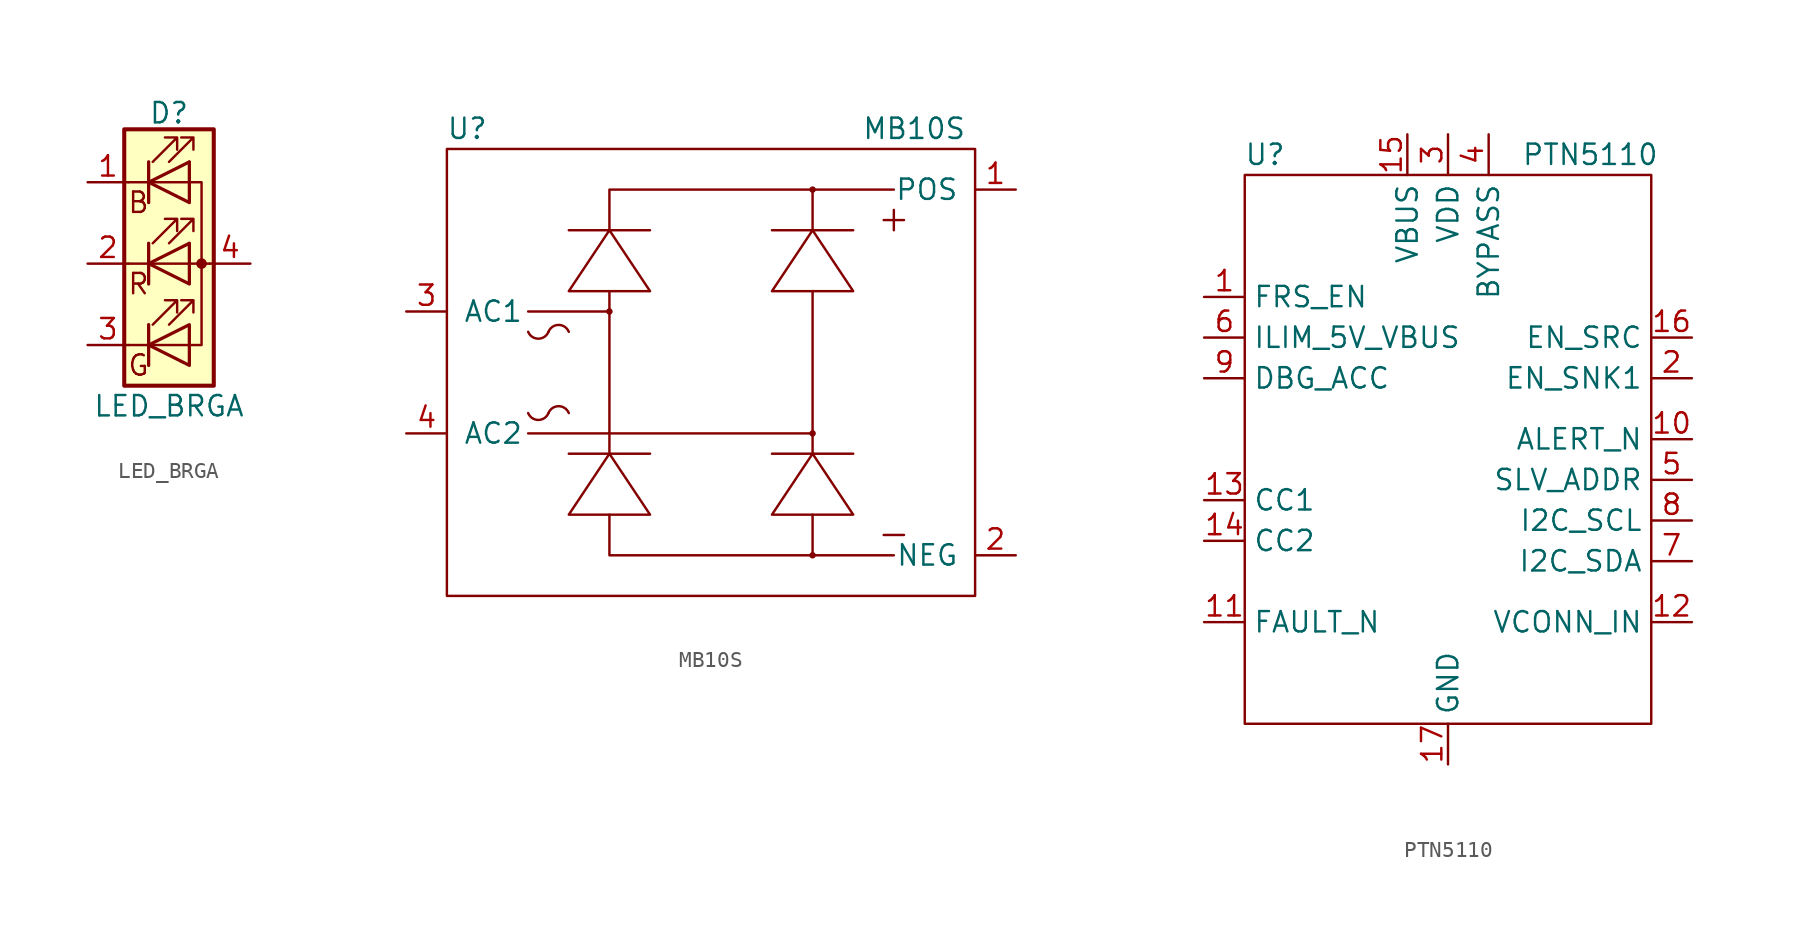
<source format=kicad_sym>
(kicad_symbol_lib
  (version 20211014)
  (generator kicad_symbol_editor)
  (symbol "LED_BRGA"
    (pin_names
      (offset 0) hide)
    (property "Reference" "D"
      (at 0 9.398 0)
      (effects (font (size 1.27 1.27))))
    (property "Value" "LED_BRGA"
      (at 0 -8.89 0)
      (effects (font (size 1.27 1.27))))
    (symbol "LED_BRGA_0_0"
      (text "B" (at -1.905 3.81 0) (effects (font (size 1.27 1.27))))
      (text "G" (at -1.905 -6.35 0) (effects (font (size 1.27 1.27))))
      (text "R" (at -1.905 -1.27 0) (effects (font (size 1.27 1.27)))))
    (symbol "LED_BRGA_0_1"
      (polyline (pts (xy -1.27 -5.08) (xy -2.54 -5.08)) (stroke (width 0) (type default) (color 0 0 0 0)) (fill (type none)))
      (polyline (pts (xy -1.27 -5.08) (xy 1.27 -5.08)) (stroke (width 0) (type default) (color 0 0 0 0)) (fill (type none)))
      (polyline (pts (xy -1.27 -3.81) (xy -1.27 -6.35)) (stroke (width 0) (type default) (color 0 0 0 0)) (fill (type none)))
      (polyline (pts (xy -1.27 -3.81) (xy -1.27 -6.35)) (stroke (width 0.203) (type default) (color 0 0 0 0)) (fill (type none)))
      (polyline (pts (xy -1.27 0) (xy -2.54 0)) (stroke (width 0) (type default) (color 0 0 0 0)) (fill (type none)))
      (polyline (pts (xy -1.27 0) (xy 1.27 0)) (stroke (width 0) (type default) (color 0 0 0 0)) (fill (type none)))
      (polyline (pts (xy -1.27 1.27) (xy -1.27 -1.27)) (stroke (width 0.203) (type default) (color 0 0 0 0)) (fill (type none)))
      (polyline (pts (xy -1.27 5.08) (xy -2.54 5.08)) (stroke (width 0) (type default) (color 0 0 0 0)) (fill (type none)))
      (polyline (pts (xy -1.27 6.35) (xy -1.27 3.81)) (stroke (width 0.203) (type default) (color 0 0 0 0)) (fill (type none)))
      (polyline (pts (xy 1.27 0) (xy 2.54 0)) (stroke (width 0) (type default) (color 0 0 0 0)) (fill (type none)))
      (polyline (pts (xy 1.27 5.08) (xy -1.27 5.08)) (stroke (width 0) (type default) (color 0 0 0 0)) (fill (type none)))
      (polyline (pts (xy -1.27 1.27) (xy -1.27 -1.27) (xy -1.27 -1.27)) (stroke (width 0) (type default) (color 0 0 0 0)) (fill (type none)))
      (polyline (pts (xy -1.27 6.35) (xy -1.27 3.81) (xy -1.27 3.81)) (stroke (width 0) (type default) (color 0 0 0 0)) (fill (type none)))
      (polyline (pts (xy 1.27 -5.08) (xy 2.032 -5.08) (xy 2.032 5.08) (xy 1.27 5.08)) (stroke (width 0) (type default) (color 0 0 0 0)) (fill (type none)))
      (polyline (pts (xy 1.27 -3.81) (xy 1.27 -6.35) (xy -1.27 -5.08) (xy 1.27 -3.81)) (stroke (width 0.203) (type default) (color 0 0 0 0)) (fill (type none)))
      (polyline (pts (xy 1.27 1.27) (xy 1.27 -1.27) (xy -1.27 0) (xy 1.27 1.27)) (stroke (width 0.203) (type default) (color 0 0 0 0)) (fill (type none)))
      (polyline (pts (xy 1.27 6.35) (xy 1.27 3.81) (xy -1.27 5.08) (xy 1.27 6.35)) (stroke (width 0.203) (type default) (color 0 0 0 0)) (fill (type none)))
      (polyline (pts (xy -1.016 -3.81) (xy 0.508 -2.286) (xy -0.254 -2.286) (xy 0.508 -2.286) (xy 0.508 -3.048)) (stroke (width 0) (type default) (color 0 0 0 0)) (fill (type none)))
      (polyline (pts (xy -1.016 1.27) (xy 0.508 2.794) (xy -0.254 2.794) (xy 0.508 2.794) (xy 0.508 2.032)) (stroke (width 0) (type default) (color 0 0 0 0)) (fill (type none)))
      (polyline (pts (xy -1.016 6.35) (xy 0.508 7.874) (xy -0.254 7.874) (xy 0.508 7.874) (xy 0.508 7.112)) (stroke (width 0) (type default) (color 0 0 0 0)) (fill (type none)))
      (polyline (pts (xy 0 -3.81) (xy 1.524 -2.286) (xy 0.762 -2.286) (xy 1.524 -2.286) (xy 1.524 -3.048)) (stroke (width 0) (type default) (color 0 0 0 0)) (fill (type none)))
      (polyline (pts (xy 0 1.27) (xy 1.524 2.794) (xy 0.762 2.794) (xy 1.524 2.794) (xy 1.524 2.032)) (stroke (width 0) (type default) (color 0 0 0 0)) (fill (type none)))
      (polyline (pts (xy 0 6.35) (xy 1.524 7.874) (xy 0.762 7.874) (xy 1.524 7.874) (xy 1.524 7.112)) (stroke (width 0) (type default) (color 0 0 0 0)) (fill (type none)))
      (rectangle (start 1.27 -1.27) (end 1.27 1.27) (stroke (width 0) (type default) (color 0 0 0 0)) (fill (type none)))
      (rectangle (start 1.27 1.27) (end 1.27 1.27) (stroke (width 0) (type default) (color 0 0 0 0)) (fill (type none)))
      (rectangle (start 1.27 3.81) (end 1.27 6.35) (stroke (width 0) (type default) (color 0 0 0 0)) (fill (type none)))
      (rectangle (start 1.27 6.35) (end 1.27 6.35) (stroke (width 0) (type default) (color 0 0 0 0)) (fill (type none)))
      (circle (center 2.032 0) (radius 0.254) (stroke (width 0) (type default) (color 0 0 0 0)) (fill (type outline)))
      (rectangle (start 2.794 8.382) (end -2.794 -7.62) (stroke (width 0.254) (type default) (color 0 0 0 0)) (fill (type background))))
    (symbol "LED_BRGA_1_1"
      (pin passive line (at -5.08 5.08 0) (length 2.54) (name "BK" (effects (font (size 1.27 1.27)))) (number "1" (effects (font (size 1.27 1.27)))))
      (pin passive line (at -5.08 0 0) (length 2.54) (name "RK" (effects (font (size 1.27 1.27)))) (number "2" (effects (font (size 1.27 1.27)))))
      (pin passive line (at -5.08 -5.08 0) (length 2.54) (name "GK" (effects (font (size 1.27 1.27)))) (number "3" (effects (font (size 1.27 1.27)))))
      (pin passive line (at 5.08 0 180) (length 2.54) (name "A" (effects (font (size 1.27 1.27)))) (number "4" (effects (font (size 1.27 1.27)))))))
  (symbol "MB10S"
    (pin_names
      (offset 1.016))
    (property "Reference" "U"
      (at -15.24 15.24 0)
      (effects (font (size 1.27 1.27))))
    (property "Value" "MB10S"
      (at 12.7 15.24 0)
      (effects (font (size 1.27 1.27))))
    (symbol "MB10S_0_1"
      (rectangle (start -16.51 13.97) (end 16.51 -13.97) (stroke (width 0) (type default) (color 0 0 0 0)) (fill (type none)))
      (arc (start -11.43 2.54) (mid -10.795 2.1101) (end -10.16 2.54) (stroke (width 0) (type default) (color 0 0 0 0)) (fill (type none)))
      (arc (start -8.89 2.54) (mid -9.525 2.9699) (end -10.16 2.54) (stroke (width 0) (type default) (color 0 0 0 0)) (fill (type none)))
      (circle (center -6.35 3.81) (radius 0.127) (stroke (width 0) (type default) (color 0 0 0 0)) (fill (type none)))
      (polyline (pts (xy -6.35 -5.08) (xy -6.35 5.08)) (stroke (width 0) (type default) (color 0 0 0 0)) (fill (type none)))
      (polyline (pts (xy -6.35 3.81) (xy -11.43 3.81)) (stroke (width 0) (type default) (color 0 0 0 0)) (fill (type none)))
      (polyline (pts (xy 6.35 -11.43) (xy 6.35 -8.89)) (stroke (width 0) (type default) (color 0 0 0 0)) (fill (type none)))
      (polyline (pts (xy 6.35 -5.08) (xy 6.35 5.08)) (stroke (width 0) (type default) (color 0 0 0 0)) (fill (type none)))
      (polyline (pts (xy 6.35 -3.81) (xy -11.43 -3.81)) (stroke (width 0) (type default) (color 0 0 0 0)) (fill (type none)))
      (polyline (pts (xy 6.35 8.89) (xy 6.35 11.43)) (stroke (width 0) (type default) (color 0 0 0 0)) (fill (type none)))
      (polyline (pts (xy 10.795 -10.16) (xy 12.065 -10.16)) (stroke (width 0) (type default) (color 0 0 0 0)) (fill (type none)))
      (polyline (pts (xy -6.35 8.89) (xy -6.35 11.43) (xy 11.43 11.43)) (stroke (width 0) (type default) (color 0 0 0 0)) (fill (type none)))
      (polyline (pts (xy 11.43 -11.43) (xy -6.35 -11.43) (xy -6.35 -8.89)) (stroke (width 0) (type default) (color 0 0 0 0)) (fill (type none)))
      (polyline (pts (xy -6.35 8.89) (xy -8.89 5.08) (xy -3.81 5.08) (xy -6.35 8.89) (xy -8.89 8.89) (xy -3.81 8.89)) (stroke (width 0) (type default) (color 0 0 0 0)) (fill (type none)))
      (polyline (pts (xy 11.43 10.16) (xy 11.43 8.89) (xy 11.43 9.525) (xy 10.795 9.525) (xy 12.065 9.525) (xy 11.43 9.525)) (stroke (width 0) (type default) (color 0 0 0 0)) (fill (type none)))
      (circle (center 6.35 -11.43) (radius 0.127) (stroke (width 0) (type default) (color 0 0 0 0)) (fill (type none)))
      (circle (center 6.35 -3.81) (radius 0.127) (stroke (width 0) (type default) (color 0 0 0 0)) (fill (type none)))
      (circle (center 6.35 11.43) (radius 0.127) (stroke (width 0) (type default) (color 0 0 0 0)) (fill (type none))))
    (symbol "MB10S_1_1"
      (arc (start -11.43 -2.54) (mid -10.795 -2.9699) (end -10.16 -2.54) (stroke (width 0) (type default) (color 0 0 0 0)) (fill (type none)))
      (arc (start -8.89 -2.54) (mid -9.525 -2.1101) (end -10.16 -2.54) (stroke (width 0) (type default) (color 0 0 0 0)) (fill (type none)))
      (polyline (pts (xy -6.35 -5.08) (xy -8.89 -8.89) (xy -3.81 -8.89) (xy -6.35 -5.08) (xy -8.89 -5.08) (xy -3.81 -5.08)) (stroke (width 0) (type default) (color 0 0 0 0)) (fill (type none)))
      (polyline (pts (xy 6.35 -5.08) (xy 3.81 -8.89) (xy 8.89 -8.89) (xy 6.35 -5.08) (xy 3.81 -5.08) (xy 8.89 -5.08)) (stroke (width 0) (type default) (color 0 0 0 0)) (fill (type none)))
      (polyline (pts (xy 6.35 8.89) (xy 3.81 5.08) (xy 8.89 5.08) (xy 6.35 8.89) (xy 3.81 8.89) (xy 8.89 8.89)) (stroke (width 0) (type default) (color 0 0 0 0)) (fill (type none)))
      (pin bidirectional line (at 19.05 11.43 180) (length 2.54) (name "POS" (effects (font (size 1.27 1.27)))) (number "1" (effects (font (size 1.27 1.27)))))
      (pin bidirectional line (at 19.05 -11.43 180) (length 2.54) (name "NEG" (effects (font (size 1.27 1.27)))) (number "2" (effects (font (size 1.27 1.27)))))
      (pin bidirectional line (at -19.05 3.81 0) (length 2.54) (name "AC1" (effects (font (size 1.27 1.27)))) (number "3" (effects (font (size 1.27 1.27)))))
      (pin bidirectional line (at -19.05 -3.81 0) (length 2.54) (name "AC2" (effects (font (size 1.27 1.27)))) (number "4" (effects (font (size 1.27 1.27)))))))
  (symbol "PTN5110"
    (property "Reference" "U"
      (at -11.43 17.78 0)
      (effects (font (size 1.27 1.27))))
    (property "Value" "PTN5110"
      (at 8.89 17.78 0)
      (effects (font (size 1.27 1.27))))
    (symbol "PTN5110_0_1"
      (rectangle (start -12.7 16.51) (end 12.7 -17.78) (stroke (width 0.152) (type default) (color 0 0 0 0)) (fill (type none))))
    (symbol "PTN5110_1_1"
      (pin bidirectional line (at -15.24 8.89 0) (length 2.54) (name "FRS_EN" (effects (font (size 1.27 1.27)))) (number "1" (effects (font (size 1.27 1.27)))))
      (pin bidirectional line (at 15.24 0 180) (length 2.54) (name "ALERT_N" (effects (font (size 1.27 1.27)))) (number "10" (effects (font (size 1.27 1.27)))))
      (pin bidirectional line (at -15.24 -11.43 0) (length 2.54) (name "FAULT_N" (effects (font (size 1.27 1.27)))) (number "11" (effects (font (size 1.27 1.27)))))
      (pin bidirectional line (at 15.24 -11.43 180) (length 2.54) (name "VCONN_IN" (effects (font (size 1.27 1.27)))) (number "12" (effects (font (size 1.27 1.27)))))
      (pin bidirectional line (at -15.24 -3.81 0) (length 2.54) (name "CC1" (effects (font (size 1.27 1.27)))) (number "13" (effects (font (size 1.27 1.27)))))
      (pin bidirectional line (at -15.24 -6.35 0) (length 2.54) (name "CC2" (effects (font (size 1.27 1.27)))) (number "14" (effects (font (size 1.27 1.27)))))
      (pin bidirectional line (at -2.54 19.05 270) (length 2.54) (name "VBUS" (effects (font (size 1.27 1.27)))) (number "15" (effects (font (size 1.27 1.27)))))
      (pin bidirectional line (at 15.24 6.35 180) (length 2.54) (name "EN_SRC" (effects (font (size 1.27 1.27)))) (number "16" (effects (font (size 1.27 1.27)))))
      (pin bidirectional line (at 0 -20.32 90) (length 2.54) (name "GND" (effects (font (size 1.27 1.27)))) (number "17" (effects (font (size 1.27 1.27)))))
      (pin bidirectional line (at 15.24 3.81 180) (length 2.54) (name "EN_SNK1" (effects (font (size 1.27 1.27)))) (number "2" (effects (font (size 1.27 1.27)))))
      (pin bidirectional line (at 0 19.05 270) (length 2.54) (name "VDD" (effects (font (size 1.27 1.27)))) (number "3" (effects (font (size 1.27 1.27)))))
      (pin bidirectional line (at 2.54 19.05 270) (length 2.54) (name "BYPASS" (effects (font (size 1.27 1.27)))) (number "4" (effects (font (size 1.27 1.27)))))
      (pin bidirectional line (at 15.24 -2.54 180) (length 2.54) (name "SLV_ADDR" (effects (font (size 1.27 1.27)))) (number "5" (effects (font (size 1.27 1.27)))))
      (pin bidirectional line (at -15.24 6.35 0) (length 2.54) (name "ILIM_5V_VBUS" (effects (font (size 1.27 1.27)))) (number "6" (effects (font (size 1.27 1.27)))))
      (pin bidirectional line (at 15.24 -7.62 180) (length 2.54) (name "I2C_SDA" (effects (font (size 1.27 1.27)))) (number "7" (effects (font (size 1.27 1.27)))))
      (pin bidirectional line (at 15.24 -5.08 180) (length 2.54) (name "I2C_SCL" (effects (font (size 1.27 1.27)))) (number "8" (effects (font (size 1.27 1.27)))))
      (pin bidirectional line (at -15.24 3.81 0) (length 2.54) (name "DBG_ACC" (effects (font (size 1.27 1.27)))) (number "9" (effects (font (size 1.27 1.27))))))))
</source>
